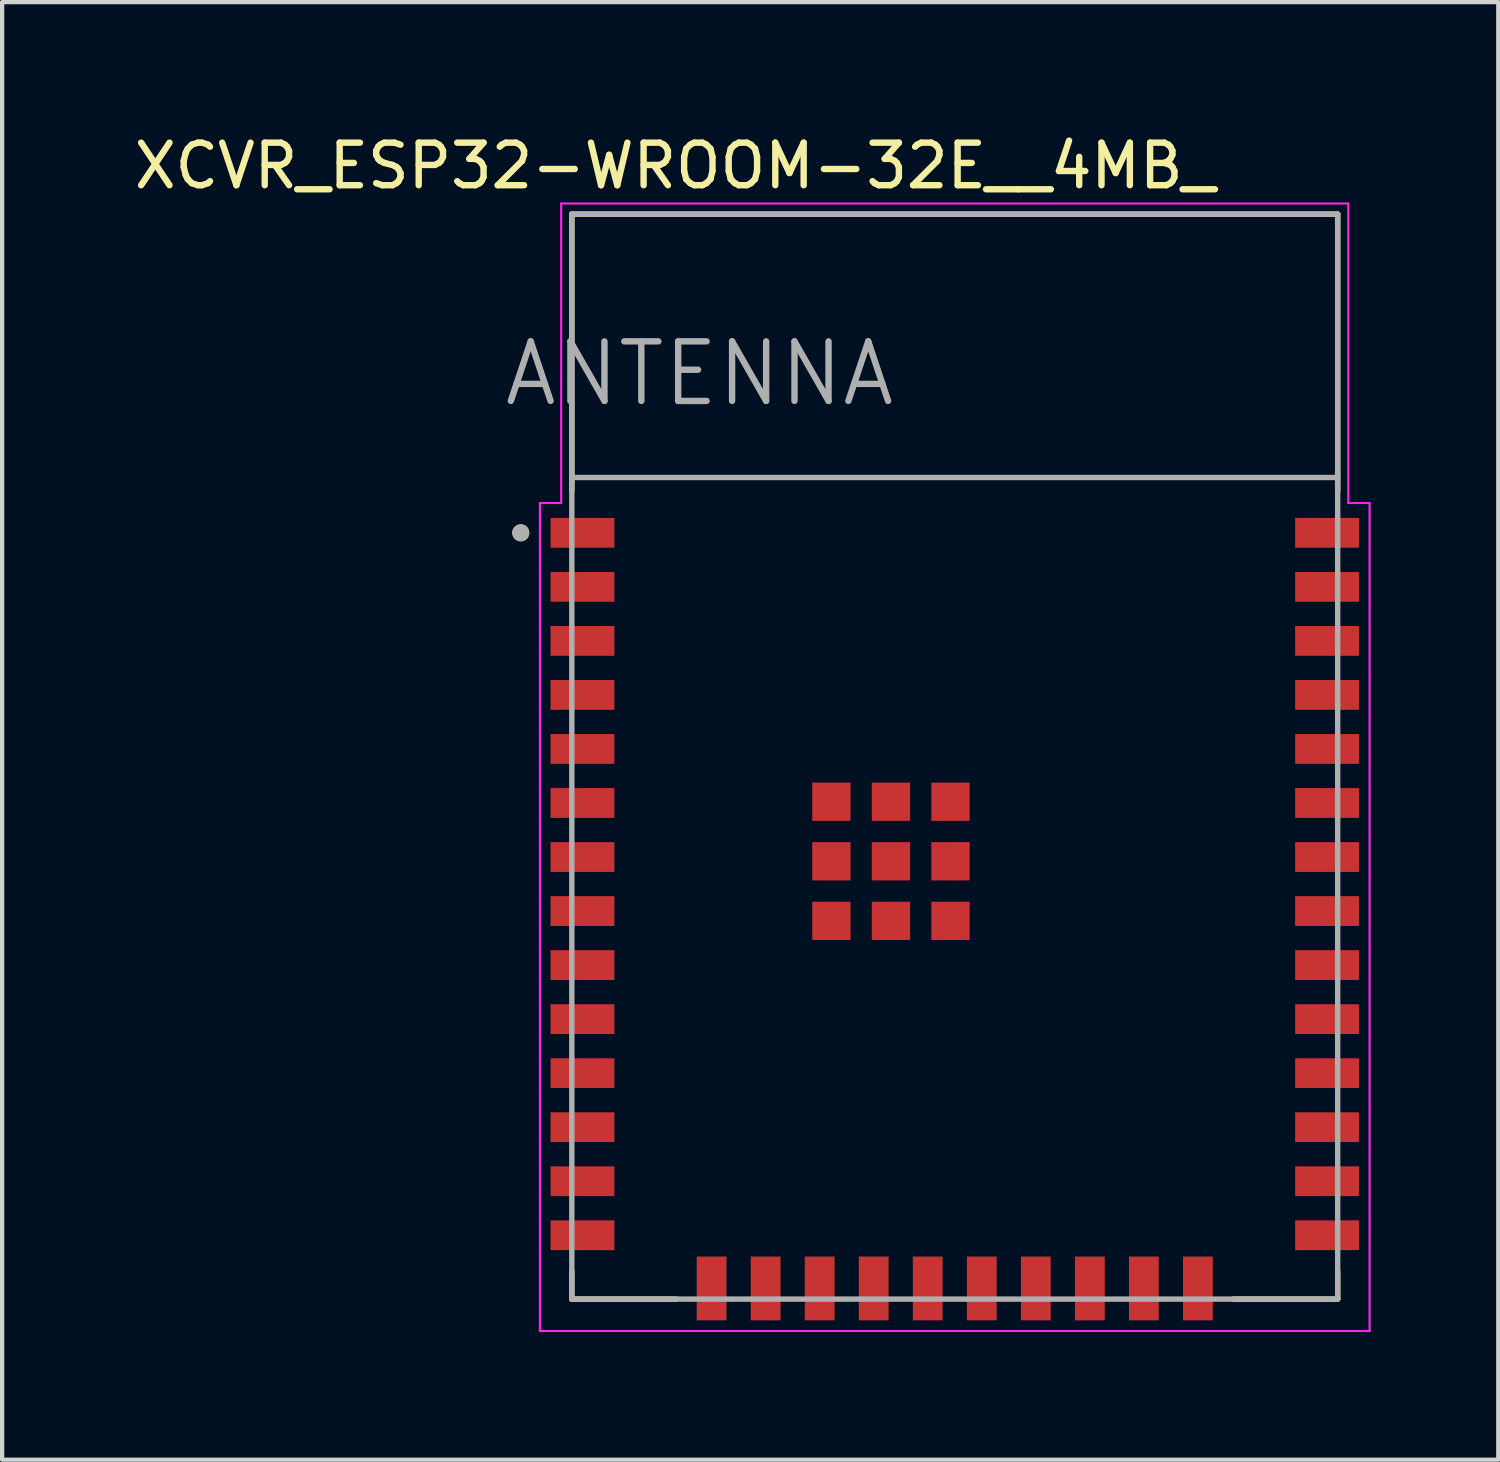
<source format=kicad_pcb>
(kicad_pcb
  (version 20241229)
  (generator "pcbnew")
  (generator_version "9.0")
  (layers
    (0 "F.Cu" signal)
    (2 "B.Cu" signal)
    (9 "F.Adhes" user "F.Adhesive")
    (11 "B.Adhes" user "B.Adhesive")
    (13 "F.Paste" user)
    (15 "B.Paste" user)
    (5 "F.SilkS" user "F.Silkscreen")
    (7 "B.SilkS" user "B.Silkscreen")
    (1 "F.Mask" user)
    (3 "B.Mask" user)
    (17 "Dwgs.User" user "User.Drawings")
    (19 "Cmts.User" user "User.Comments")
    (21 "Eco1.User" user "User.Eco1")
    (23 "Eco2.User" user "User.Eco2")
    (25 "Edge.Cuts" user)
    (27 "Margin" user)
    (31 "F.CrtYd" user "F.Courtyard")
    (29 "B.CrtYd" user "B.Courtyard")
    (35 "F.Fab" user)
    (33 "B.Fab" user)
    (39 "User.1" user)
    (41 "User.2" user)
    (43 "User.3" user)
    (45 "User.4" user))
  (footprint "XCVR_ESP32-WROOM-32E__4MB_"
    (layer "F.Cu")
    (at 19.39 14.733)
    (property "Reference" "XCVR_ESP32-WROOM-32E__4MB_" (at -6.575 -13.885 0) (layer "F.SilkS") (effects (font (size 1 1) (thickness 0.15))))
    (attr smd)
    (fp_line (start -9 -12.75) (end 9 -12.75) (stroke (width 0.127) (type solid)) (layer "F.SilkS"))
    (fp_line (start -9 -6.25) (end -9 -12.75) (stroke (width 0.127) (type solid)) (layer "F.SilkS"))
    (fp_line (start -9 12.1) (end -9 12.75) (stroke (width 0.127) (type solid)) (layer "F.SilkS"))
    (fp_line (start -9 12.75) (end -6.55 12.75) (stroke (width 0.127) (type solid)) (layer "F.SilkS"))
    (fp_line (start 6.55 12.75) (end 9 12.75) (stroke (width 0.127) (type solid)) (layer "F.SilkS"))
    (fp_line (start 9 -12.75) (end 9 -6.25) (stroke (width 0.127) (type solid)) (layer "F.SilkS"))
    (fp_line (start 9 12.75) (end 9 12.1) (stroke (width 0.127) (type solid)) (layer "F.SilkS"))
    (fp_circle (center -10.2 -5.26) (end -10.1 -5.26) (stroke (width 0.2) (type solid)) (fill no) (layer "F.SilkS"))
    (fp_line (start -9.75 -5.96) (end -9.25 -5.96) (stroke (width 0.05) (type solid)) (layer "F.CrtYd"))
    (fp_line (start -9.75 13.5) (end -9.75 -5.96) (stroke (width 0.05) (type solid)) (layer "F.CrtYd"))
    (fp_line (start -9.25 -13) (end 9.25 -13) (stroke (width 0.05) (type solid)) (layer "F.CrtYd"))
    (fp_line (start -9.25 -5.96) (end -9.25 -13) (stroke (width 0.05) (type solid)) (layer "F.CrtYd"))
    (fp_line (start 9.25 -13) (end 9.25 -5.96) (stroke (width 0.05) (type solid)) (layer "F.CrtYd"))
    (fp_line (start 9.25 -5.96) (end 9.75 -5.96) (stroke (width 0.05) (type solid)) (layer "F.CrtYd"))
    (fp_line (start 9.75 -5.96) (end 9.75 13.5) (stroke (width 0.05) (type solid)) (layer "F.CrtYd"))
    (fp_line (start 9.75 13.5) (end -9.75 13.5) (stroke (width 0.05) (type solid)) (layer "F.CrtYd"))
    (fp_line (start -9 -12.75) (end -9 -6.56) (stroke (width 0.127) (type solid)) (layer "F.Fab"))
    (fp_line (start -9 -12.75) (end 9 -12.75) (stroke (width 0.127) (type solid)) (layer "F.Fab"))
    (fp_line (start -9 -6.56) (end 9 -6.56) (stroke (width 0.127) (type solid)) (layer "F.Fab"))
    (fp_line (start -9 12.75) (end -9 -6.56) (stroke (width 0.127) (type solid)) (layer "F.Fab"))
    (fp_line (start 9 -12.75) (end 9 -6.56) (stroke (width 0.127) (type solid)) (layer "F.Fab"))
    (fp_line (start 9 -6.56) (end 9 12.75) (stroke (width 0.127) (type solid)) (layer "F.Fab"))
    (fp_line (start 9 12.75) (end -9 12.75) (stroke (width 0.127) (type solid)) (layer "F.Fab"))
    (fp_circle (center -10.2 -5.26) (end -10.1 -5.26) (stroke (width 0.2) (type solid)) (fill no) (layer "F.Fab"))
    (fp_text user "ANTENNA" (at -6 -9 0) (layer "F.Fab") (effects (font (size 1.4 1.4) (thickness 0.15))))
    (pad "1" smd rect (at -8.75 -5.26) (size 1.5 0.7) (layers "F.Cu" "F.Mask" "F.Paste"))
    (pad "2" smd rect (at -8.75 -3.99) (size 1.5 0.7) (layers "F.Cu" "F.Mask" "F.Paste"))
    (pad "3" smd rect (at -8.75 -2.72) (size 1.5 0.7) (layers "F.Cu" "F.Mask" "F.Paste"))
    (pad "4" smd rect (at -8.75 -1.45) (size 1.5 0.7) (layers "F.Cu" "F.Mask" "F.Paste"))
    (pad "5" smd rect (at -8.75 -0.18) (size 1.5 0.7) (layers "F.Cu" "F.Mask" "F.Paste"))
    (pad "6" smd rect (at -8.75 1.09) (size 1.5 0.7) (layers "F.Cu" "F.Mask" "F.Paste"))
    (pad "7" smd rect (at -8.75 2.36) (size 1.5 0.7) (layers "F.Cu" "F.Mask" "F.Paste"))
    (pad "8" smd rect (at -8.75 3.63) (size 1.5 0.7) (layers "F.Cu" "F.Mask" "F.Paste"))
    (pad "9" smd rect (at -8.75 4.9) (size 1.5 0.7) (layers "F.Cu" "F.Mask" "F.Paste"))
    (pad "10" smd rect (at -8.75 6.17) (size 1.5 0.7) (layers "F.Cu" "F.Mask" "F.Paste"))
    (pad "11" smd rect (at -8.75 7.44) (size 1.5 0.7) (layers "F.Cu" "F.Mask" "F.Paste"))
    (pad "12" smd rect (at -8.75 8.71) (size 1.5 0.7) (layers "F.Cu" "F.Mask" "F.Paste"))
    (pad "13" smd rect (at -8.75 9.98) (size 1.5 0.7) (layers "F.Cu" "F.Mask" "F.Paste"))
    (pad "14" smd rect (at -8.75 11.25) (size 1.5 0.7) (layers "F.Cu" "F.Mask" "F.Paste"))
    (pad "15" smd rect (at -5.715 12.5) (size 0.7 1.5) (layers "F.Cu" "F.Mask" "F.Paste"))
    (pad "16" smd rect (at -4.445 12.5) (size 0.7 1.5) (layers "F.Cu" "F.Mask" "F.Paste"))
    (pad "17" smd rect (at -3.175 12.5) (size 0.7 1.5) (layers "F.Cu" "F.Mask" "F.Paste"))
    (pad "18" smd rect (at -1.905 12.5) (size 0.7 1.5) (layers "F.Cu" "F.Mask" "F.Paste"))
    (pad "19" smd rect (at -0.635 12.5) (size 0.7 1.5) (layers "F.Cu" "F.Mask" "F.Paste"))
    (pad "20" smd rect (at 0.635 12.5) (size 0.7 1.5) (layers "F.Cu" "F.Mask" "F.Paste"))
    (pad "21" smd rect (at 1.905 12.5) (size 0.7 1.5) (layers "F.Cu" "F.Mask" "F.Paste"))
    (pad "22" smd rect (at 3.175 12.5) (size 0.7 1.5) (layers "F.Cu" "F.Mask" "F.Paste"))
    (pad "23" smd rect (at 4.445 12.5) (size 0.7 1.5) (layers "F.Cu" "F.Mask" "F.Paste"))
    (pad "24" smd rect (at 5.715 12.5) (size 0.7 1.5) (layers "F.Cu" "F.Mask" "F.Paste"))
    (pad "25" smd rect (at 8.75 11.25) (size 1.5 0.7) (layers "F.Cu" "F.Mask" "F.Paste"))
    (pad "26" smd rect (at 8.75 9.98) (size 1.5 0.7) (layers "F.Cu" "F.Mask" "F.Paste"))
    (pad "27" smd rect (at 8.75 8.71) (size 1.5 0.7) (layers "F.Cu" "F.Mask" "F.Paste"))
    (pad "28" smd rect (at 8.75 7.44) (size 1.5 0.7) (layers "F.Cu" "F.Mask" "F.Paste"))
    (pad "29" smd rect (at 8.75 6.17) (size 1.5 0.7) (layers "F.Cu" "F.Mask" "F.Paste"))
    (pad "30" smd rect (at 8.75 4.9) (size 1.5 0.7) (layers "F.Cu" "F.Mask" "F.Paste"))
    (pad "31" smd rect (at 8.75 3.63) (size 1.5 0.7) (layers "F.Cu" "F.Mask" "F.Paste"))
    (pad "32" smd rect (at 8.75 2.36) (size 1.5 0.7) (layers "F.Cu" "F.Mask" "F.Paste"))
    (pad "33" smd rect (at 8.75 1.09) (size 1.5 0.7) (layers "F.Cu" "F.Mask" "F.Paste"))
    (pad "34" smd rect (at 8.75 -0.18) (size 1.5 0.7) (layers "F.Cu" "F.Mask" "F.Paste"))
    (pad "35" smd rect (at 8.75 -1.45) (size 1.5 0.7) (layers "F.Cu" "F.Mask" "F.Paste"))
    (pad "36" smd rect (at 8.75 -2.72) (size 1.5 0.7) (layers "F.Cu" "F.Mask" "F.Paste"))
    (pad "37" smd rect (at 8.75 -3.99) (size 1.5 0.7) (layers "F.Cu" "F.Mask" "F.Paste"))
    (pad "38" smd rect (at 8.75 -5.26) (size 1.5 0.7) (layers "F.Cu" "F.Mask" "F.Paste"))
    (pad "39_1" smd rect (at -2.9 1.06) (size 0.9 0.9) (layers "F.Cu" "F.Mask" "F.Paste"))
    (pad "39_2" smd rect (at -1.5 1.06) (size 0.9 0.9) (layers "F.Cu" "F.Mask" "F.Paste"))
    (pad "39_3" smd rect (at -0.1 1.06) (size 0.9 0.9) (layers "F.Cu" "F.Mask" "F.Paste"))
    (pad "39_4" smd rect (at -2.9 2.46) (size 0.9 0.9) (layers "F.Cu" "F.Mask" "F.Paste"))
    (pad "39_5" smd rect (at -1.5 2.46) (size 0.9 0.9) (layers "F.Cu" "F.Mask" "F.Paste"))
    (pad "39_6" smd rect (at -0.1 2.46) (size 0.9 0.9) (layers "F.Cu" "F.Mask" "F.Paste"))
    (pad "39_7" smd rect (at -2.9 3.86) (size 0.9 0.9) (layers "F.Cu" "F.Mask" "F.Paste"))
    (pad "39_8" smd rect (at -1.5 3.86) (size 0.9 0.9) (layers "F.Cu" "F.Mask" "F.Paste"))
    (pad "39_9" smd rect (at -0.1 3.86) (size 0.9 0.9) (layers "F.Cu" "F.Mask" "F.Paste"))
    (zone (net_name "") (layer "F.Cu") (hatch full 0.508) (connect_pads) (min_thickness 0.01) (filled_areas_thickness no) (keepout (tracks not_allowed) (vias not_allowed) (pads not_allowed) (copperpour not_allowed) (footprints allowed)) (placement (enabled no)) (fill) (polygon (pts (xy 10.39 1.983) (xy 28.39 1.983) (xy 28.39 8.173) (xy 10.39 8.173))))
    (zone (net_name "") (layers "F.Cu" "B.Cu") (hatch full 0.508) (connect_pads) (min_thickness 0.01) (filled_areas_thickness no) (keepout (tracks allowed) (vias not_allowed) (pads allowed) (copperpour allowed) (footprints allowed)) (placement (enabled no)) (fill) (polygon (pts (xy 10.39 1.983) (xy 28.39 1.983) (xy 28.39 8.173) (xy 10.39 8.173)))))
  (gr_rect
    (start -3 -3)
    (end 32.165 31.258)
    (stroke (width 0.1) (type default))
    (fill no)
    (layer "Edge.Cuts")))
</source>
